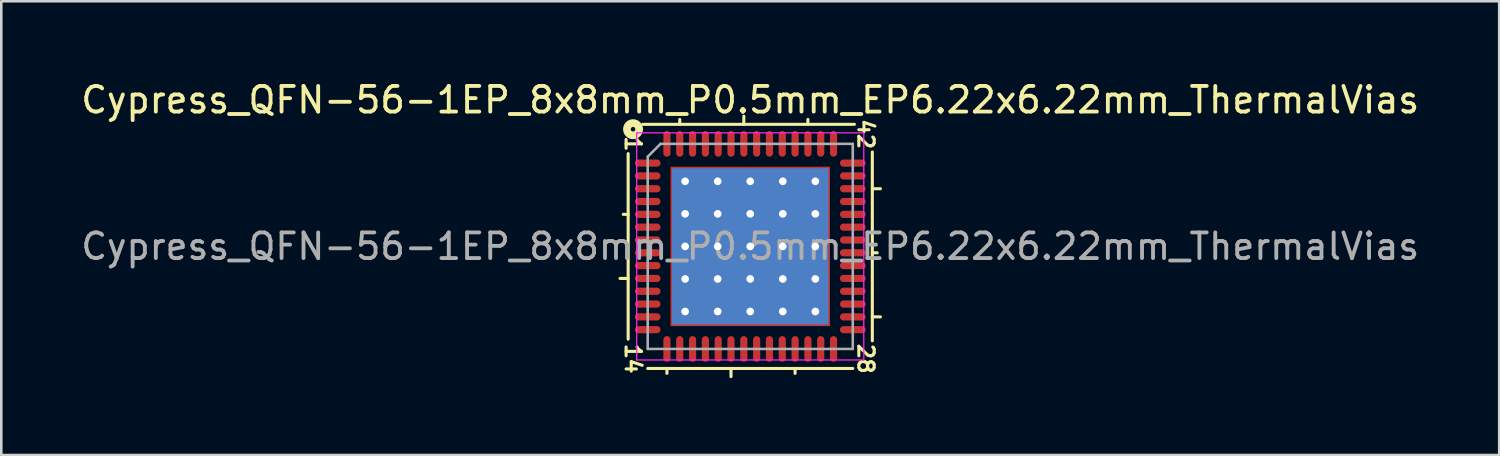
<source format=kicad_pcb>
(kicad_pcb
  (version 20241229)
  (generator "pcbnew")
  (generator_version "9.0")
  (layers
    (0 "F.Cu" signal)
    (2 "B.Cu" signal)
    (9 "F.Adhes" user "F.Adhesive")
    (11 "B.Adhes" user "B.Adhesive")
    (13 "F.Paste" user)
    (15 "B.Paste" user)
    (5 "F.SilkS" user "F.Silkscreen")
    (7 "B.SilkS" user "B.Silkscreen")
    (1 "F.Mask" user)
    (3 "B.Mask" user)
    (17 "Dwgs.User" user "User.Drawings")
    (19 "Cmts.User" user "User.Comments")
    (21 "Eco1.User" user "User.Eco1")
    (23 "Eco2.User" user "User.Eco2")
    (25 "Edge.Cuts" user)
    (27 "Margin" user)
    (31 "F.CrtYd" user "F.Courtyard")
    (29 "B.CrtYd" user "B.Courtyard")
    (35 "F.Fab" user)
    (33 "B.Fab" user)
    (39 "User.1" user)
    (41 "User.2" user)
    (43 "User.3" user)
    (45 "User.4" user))
  (footprint "Cypress_QFN-56-1EP_8x8mm_P0.5mm_EP6.22x6.22mm_ThermalVias"
    (layer "F.Cu")
    (at 26.22 6.563)
    (property "Reference" "Cypress_QFN-56-1EP_8x8mm_P0.5mm_EP6.22x6.22mm_ThermalVias" (at 0 -5.715 0) (layer "F.SilkS") (effects (font (size 1 1) (thickness 0.15))))
    (attr smd)
    (fp_line (start -2.54 -1.905) (end 2.54 -1.905) (stroke (width 0.864) (type solid)) (layer "F.Mask"))
    (fp_line (start -2.54 -0.635) (end 2.54 -0.635) (stroke (width 0.864) (type solid)) (layer "F.Mask"))
    (fp_line (start -2.54 0.635) (end 2.54 0.635) (stroke (width 0.864) (type solid)) (layer "F.Mask"))
    (fp_line (start -2.54 1.905) (end 2.54 1.905) (stroke (width 0.864) (type solid)) (layer "F.Mask"))
    (fp_line (start -1.905 -2.54) (end -1.905 2.54) (stroke (width 0.864) (type solid)) (layer "F.Mask"))
    (fp_line (start -0.635 -2.54) (end -0.635 2.54) (stroke (width 0.864) (type solid)) (layer "F.Mask"))
    (fp_line (start 0.635 -2.54) (end 0.635 2.54) (stroke (width 0.864) (type solid)) (layer "F.Mask"))
    (fp_line (start 1.905 -2.54) (end 1.905 2.54) (stroke (width 0.864) (type solid)) (layer "F.Mask"))
    (fp_circle (center -2.54 -2.54) (end -2.24 -2.54) (stroke (width 0.2) (type solid)) (fill no) (layer "F.Mask"))
    (fp_circle (center -2.54 -1.27) (end -2.24 -1.27) (stroke (width 0.2) (type solid)) (fill no) (layer "F.Mask"))
    (fp_circle (center -2.54 0) (end -2.24 0) (stroke (width 0.2) (type solid)) (fill no) (layer "F.Mask"))
    (fp_circle (center -2.54 1.27) (end -2.24 1.27) (stroke (width 0.2) (type solid)) (fill no) (layer "F.Mask"))
    (fp_circle (center -2.54 2.54) (end -2.24 2.54) (stroke (width 0.2) (type solid)) (fill no) (layer "F.Mask"))
    (fp_circle (center -1.27 -2.54) (end -0.97 -2.54) (stroke (width 0.2) (type solid)) (fill no) (layer "F.Mask"))
    (fp_circle (center -1.27 -1.27) (end -0.97 -1.27) (stroke (width 0.2) (type solid)) (fill no) (layer "F.Mask"))
    (fp_circle (center -1.27 0) (end -0.97 0) (stroke (width 0.2) (type solid)) (fill no) (layer "F.Mask"))
    (fp_circle (center -1.27 1.27) (end -0.97 1.27) (stroke (width 0.2) (type solid)) (fill no) (layer "F.Mask"))
    (fp_circle (center -1.27 2.54) (end -0.97 2.54) (stroke (width 0.2) (type solid)) (fill no) (layer "F.Mask"))
    (fp_circle (center 0 -2.54) (end 0.3 -2.54) (stroke (width 0.2) (type solid)) (fill no) (layer "F.Mask"))
    (fp_circle (center 0 -1.27) (end 0.3 -1.27) (stroke (width 0.2) (type solid)) (fill no) (layer "F.Mask"))
    (fp_circle (center 0 0) (end 0 -0.3) (stroke (width 0.2) (type solid)) (fill no) (layer "F.Mask"))
    (fp_circle (center 0 1.27) (end 0.3 1.27) (stroke (width 0.2) (type solid)) (fill no) (layer "F.Mask"))
    (fp_circle (center 0 2.54) (end 0.3 2.54) (stroke (width 0.2) (type solid)) (fill no) (layer "F.Mask"))
    (fp_circle (center 1.27 -2.54) (end 1.57 -2.54) (stroke (width 0.2) (type solid)) (fill no) (layer "F.Mask"))
    (fp_circle (center 1.27 -1.27) (end 1.57 -1.27) (stroke (width 0.2) (type solid)) (fill no) (layer "F.Mask"))
    (fp_circle (center 1.27 0) (end 1.57 0) (stroke (width 0.2) (type solid)) (fill no) (layer "F.Mask"))
    (fp_circle (center 1.27 1.27) (end 1.57 1.27) (stroke (width 0.2) (type solid)) (fill no) (layer "F.Mask"))
    (fp_circle (center 1.27 2.54) (end 1.57 2.54) (stroke (width 0.2) (type solid)) (fill no) (layer "F.Mask"))
    (fp_circle (center 2.54 -2.54) (end 2.84 -2.54) (stroke (width 0.2) (type solid)) (fill no) (layer "F.Mask"))
    (fp_circle (center 2.54 -1.27) (end 2.84 -1.27) (stroke (width 0.2) (type solid)) (fill no) (layer "F.Mask"))
    (fp_circle (center 2.54 0) (end 2.84 0) (stroke (width 0.2) (type solid)) (fill no) (layer "F.Mask"))
    (fp_circle (center 2.54 1.27) (end 2.84 1.27) (stroke (width 0.2) (type solid)) (fill no) (layer "F.Mask"))
    (fp_circle (center 2.54 2.54) (end 2.84 2.54) (stroke (width 0.2) (type solid)) (fill no) (layer "F.Mask"))
    (fp_poly (pts (xy -3.11 -3.11) (xy -2.75 -3.11) (xy -2.75 3.11) (xy -3.11 3.11)) (stroke (width 0) (type solid)) (fill yes) (layer "F.Mask"))
    (fp_poly (pts (xy -3.11 3.11) (xy -3.11 2.75) (xy 3.11 2.75) (xy 3.11 3.11)) (stroke (width 0) (type solid)) (fill yes) (layer "F.Mask"))
    (fp_poly (pts (xy 3.11 -3.11) (xy 3.11 -2.75) (xy -3.11 -2.75) (xy -3.11 -3.11)) (stroke (width 0) (type solid)) (fill yes) (layer "F.Mask"))
    (fp_poly (pts (xy 3.11 3.11) (xy 2.75 3.11) (xy 2.75 -3.11) (xy 3.11 -3.11)) (stroke (width 0) (type solid)) (fill yes) (layer "F.Mask"))
    (fp_line (start -5.08 1.25) (end -4.763 1.25) (stroke (width 0.12) (type solid)) (layer "F.SilkS"))
    (fp_line (start -4.953 -1.25) (end -4.763 -1.25) (stroke (width 0.12) (type solid)) (layer "F.SilkS"))
    (fp_line (start -4.763 3.619) (end -4.763 -3.619) (stroke (width 0.12) (type solid)) (layer "F.SilkS"))
    (fp_line (start -4.191 -4.763) (end 4.064 -4.763) (stroke (width 0.12) (type solid)) (layer "F.SilkS"))
    (fp_line (start -3.25 4.953) (end -3.25 4.763) (stroke (width 0.12) (type solid)) (layer "F.SilkS"))
    (fp_line (start -2.75 -4.763) (end -2.75 -4.953) (stroke (width 0.12) (type solid)) (layer "F.SilkS"))
    (fp_line (start -0.75 5.08) (end -0.75 4.763) (stroke (width 0.12) (type solid)) (layer "F.SilkS"))
    (fp_line (start -0.25 -4.763) (end -0.25 -5.08) (stroke (width 0.12) (type solid)) (layer "F.SilkS"))
    (fp_line (start 1.75 4.953) (end 1.75 4.763) (stroke (width 0.12) (type solid)) (layer "F.SilkS"))
    (fp_line (start 2.25 -4.763) (end 2.25 -4.953) (stroke (width 0.12) (type solid)) (layer "F.SilkS"))
    (fp_line (start 4 4.763) (end -4 4.763) (stroke (width 0.12) (type solid)) (layer "F.SilkS"))
    (fp_line (start 4.763 -3.683) (end 4.763 3.683) (stroke (width 0.12) (type solid)) (layer "F.SilkS"))
    (fp_line (start 4.763 -2.25) (end 5.08 -2.25) (stroke (width 0.12) (type solid)) (layer "F.SilkS"))
    (fp_line (start 4.953 0.25) (end 4.763 0.25) (stroke (width 0.12) (type solid)) (layer "F.SilkS"))
    (fp_line (start 5.08 2.75) (end 4.763 2.75) (stroke (width 0.12) (type solid)) (layer "F.SilkS"))
    (fp_circle (center -4.572 -4.572) (end -4.483 -4.572) (stroke (width 0.3) (type solid)) (fill no) (layer "F.SilkS"))
    (fp_line (start -4.43 -4.43) (end 4.43 -4.43) (stroke (width 0.05) (type solid)) (layer "F.CrtYd"))
    (fp_line (start -4.43 4.43) (end -4.43 -4.43) (stroke (width 0.05) (type solid)) (layer "F.CrtYd"))
    (fp_line (start 4.43 -4.43) (end 4.43 4.43) (stroke (width 0.05) (type solid)) (layer "F.CrtYd"))
    (fp_line (start 4.43 4.43) (end -4.43 4.43) (stroke (width 0.05) (type solid)) (layer "F.CrtYd"))
    (fp_line (start -4 -3.5) (end -3.5 -4) (stroke (width 0.1) (type solid)) (layer "F.Fab"))
    (fp_line (start -4 4) (end -4 -3.5) (stroke (width 0.1) (type solid)) (layer "F.Fab"))
    (fp_line (start -3.5 -4) (end 4 -4) (stroke (width 0.1) (type solid)) (layer "F.Fab"))
    (fp_line (start 4 -4) (end 4 4) (stroke (width 0.1) (type solid)) (layer "F.Fab"))
    (fp_line (start 4 4) (end -4 4) (stroke (width 0.1) (type solid)) (layer "F.Fab"))
    (fp_text user "42" (at 4.508 -4.381 270) (unlocked yes) (layer "F.SilkS") (effects (font (size 0.6 0.6) (thickness 0.12))))
    (fp_text user "1" (at -4.572 -4 270) (unlocked yes) (layer "F.SilkS") (effects (font (size 0.6 0.6) (thickness 0.12))))
    (fp_text user "14" (at -4.572 4.381 270) (unlocked yes) (layer "F.SilkS") (effects (font (size 0.6 0.6) (thickness 0.12))))
    (fp_text user "28" (at 4.508 4.381 270) (unlocked yes) (layer "F.SilkS") (effects (font (size 0.6 0.6) (thickness 0.12))))
    (fp_text user "${REFERENCE}" (at 0 0 0) (layer "F.Fab") (effects (font (size 1 1) (thickness 0.15))))
    (pad "" smd rect (at -1.555 -1.555) (size 2.6 2.6) (layers "F.Paste"))
    (pad "" smd rect (at -1.555 1.555) (size 2.6 2.6) (layers "F.Paste"))
    (pad "" smd rect (at 1.555 -1.555) (size 2.6 2.6) (layers "F.Paste"))
    (pad "" smd rect (at 1.555 1.555) (size 2.6 2.6) (layers "F.Paste"))
    (pad "1" smd oval (at -4 -3.25) (size 1 0.28) (layers "F.Cu" "F.Mask" "F.Paste"))
    (pad "2" smd oval (at -4 -2.75) (size 1 0.28) (layers "F.Cu" "F.Mask" "F.Paste"))
    (pad "3" smd oval (at -4 -2.25) (size 1 0.28) (layers "F.Cu" "F.Mask" "F.Paste"))
    (pad "4" smd oval (at -4 -1.75) (size 1 0.28) (layers "F.Cu" "F.Mask" "F.Paste"))
    (pad "5" smd oval (at -4 -1.25) (size 1 0.28) (layers "F.Cu" "F.Mask" "F.Paste"))
    (pad "6" smd oval (at -4 -0.75) (size 1 0.28) (layers "F.Cu" "F.Mask" "F.Paste"))
    (pad "7" smd oval (at -4 -0.25) (size 1 0.28) (layers "F.Cu" "F.Mask" "F.Paste"))
    (pad "8" smd oval (at -4 0.25) (size 1 0.28) (layers "F.Cu" "F.Mask" "F.Paste"))
    (pad "9" smd oval (at -4 0.75) (size 1 0.28) (layers "F.Cu" "F.Mask" "F.Paste"))
    (pad "10" smd oval (at -4 1.25) (size 1 0.28) (layers "F.Cu" "F.Mask" "F.Paste"))
    (pad "11" smd oval (at -4 1.75) (size 1 0.28) (layers "F.Cu" "F.Mask" "F.Paste"))
    (pad "12" smd oval (at -4 2.25) (size 1 0.28) (layers "F.Cu" "F.Mask" "F.Paste"))
    (pad "13" smd oval (at -4 2.75) (size 1 0.28) (layers "F.Cu" "F.Mask" "F.Paste"))
    (pad "14" smd oval (at -4 3.25) (size 1 0.28) (layers "F.Cu" "F.Mask" "F.Paste"))
    (pad "15" smd oval (at -3.25 4) (size 0.28 1) (layers "F.Cu" "F.Mask" "F.Paste"))
    (pad "16" smd oval (at -2.75 4) (size 0.28 1) (layers "F.Cu" "F.Mask" "F.Paste"))
    (pad "17" smd oval (at -2.25 4) (size 0.28 1) (layers "F.Cu" "F.Mask" "F.Paste"))
    (pad "18" smd oval (at -1.75 4) (size 0.28 1) (layers "F.Cu" "F.Mask" "F.Paste"))
    (pad "19" smd oval (at -1.25 4) (size 0.28 1) (layers "F.Cu" "F.Mask" "F.Paste"))
    (pad "20" smd oval (at -0.75 4) (size 0.28 1) (layers "F.Cu" "F.Mask" "F.Paste"))
    (pad "21" smd oval (at -0.25 4) (size 0.28 1) (layers "F.Cu" "F.Mask" "F.Paste"))
    (pad "22" smd oval (at 0.25 4) (size 0.28 1) (layers "F.Cu" "F.Mask" "F.Paste"))
    (pad "23" smd oval (at 0.75 4) (size 0.28 1) (layers "F.Cu" "F.Mask" "F.Paste"))
    (pad "24" smd oval (at 1.25 4) (size 0.28 1) (layers "F.Cu" "F.Mask" "F.Paste"))
    (pad "25" smd oval (at 1.75 4) (size 0.28 1) (layers "F.Cu" "F.Mask" "F.Paste"))
    (pad "26" smd oval (at 2.25 4) (size 0.28 1) (layers "F.Cu" "F.Mask" "F.Paste"))
    (pad "27" smd oval (at 2.75 4) (size 0.28 1) (layers "F.Cu" "F.Mask" "F.Paste"))
    (pad "28" smd oval (at 3.25 4) (size 0.28 1) (layers "F.Cu" "F.Mask" "F.Paste"))
    (pad "29" smd oval (at 4 3.25) (size 1 0.28) (layers "F.Cu" "F.Mask" "F.Paste"))
    (pad "30" smd oval (at 4 2.75) (size 1 0.28) (layers "F.Cu" "F.Mask" "F.Paste"))
    (pad "31" smd oval (at 4 2.25) (size 1 0.28) (layers "F.Cu" "F.Mask" "F.Paste"))
    (pad "32" smd oval (at 4 1.75) (size 1 0.28) (layers "F.Cu" "F.Mask" "F.Paste"))
    (pad "33" smd oval (at 4 1.25) (size 1 0.28) (layers "F.Cu" "F.Mask" "F.Paste"))
    (pad "34" smd oval (at 4 0.75) (size 1 0.28) (layers "F.Cu" "F.Mask" "F.Paste"))
    (pad "35" smd oval (at 4 0.25) (size 1 0.28) (layers "F.Cu" "F.Mask" "F.Paste"))
    (pad "36" smd oval (at 4 -0.25) (size 1 0.28) (layers "F.Cu" "F.Mask" "F.Paste"))
    (pad "37" smd oval (at 4 -0.75) (size 1 0.28) (layers "F.Cu" "F.Mask" "F.Paste"))
    (pad "38" smd oval (at 4 -1.25) (size 1 0.28) (layers "F.Cu" "F.Mask" "F.Paste"))
    (pad "39" smd oval (at 4 -1.75) (size 1 0.28) (layers "F.Cu" "F.Mask" "F.Paste"))
    (pad "40" smd oval (at 4 -2.25) (size 1 0.28) (layers "F.Cu" "F.Mask" "F.Paste"))
    (pad "41" smd oval (at 4 -2.75) (size 1 0.28) (layers "F.Cu" "F.Mask" "F.Paste"))
    (pad "42" smd oval (at 4 -3.25) (size 1 0.28) (layers "F.Cu" "F.Mask" "F.Paste"))
    (pad "43" smd oval (at 3.25 -4) (size 0.28 1) (layers "F.Cu" "F.Mask" "F.Paste"))
    (pad "44" smd oval (at 2.75 -4) (size 0.28 1) (layers "F.Cu" "F.Mask" "F.Paste"))
    (pad "45" smd oval (at 2.25 -4) (size 0.28 1) (layers "F.Cu" "F.Mask" "F.Paste"))
    (pad "46" smd oval (at 1.75 -4) (size 0.28 1) (layers "F.Cu" "F.Mask" "F.Paste"))
    (pad "47" smd oval (at 1.25 -4) (size 0.28 1) (layers "F.Cu" "F.Mask" "F.Paste"))
    (pad "48" smd oval (at 0.75 -4) (size 0.28 1) (layers "F.Cu" "F.Mask" "F.Paste"))
    (pad "49" smd oval (at 0.25 -4) (size 0.28 1) (layers "F.Cu" "F.Mask" "F.Paste"))
    (pad "50" smd oval (at -0.25 -4) (size 0.28 1) (layers "F.Cu" "F.Mask" "F.Paste"))
    (pad "51" smd oval (at -0.75 -4) (size 0.28 1) (layers "F.Cu" "F.Mask" "F.Paste"))
    (pad "52" smd oval (at -1.25 -4) (size 0.28 1) (layers "F.Cu" "F.Mask" "F.Paste"))
    (pad "53" smd oval (at -1.75 -4) (size 0.28 1) (layers "F.Cu" "F.Mask" "F.Paste"))
    (pad "54" smd oval (at -2.25 -4) (size 0.28 1) (layers "F.Cu" "F.Mask" "F.Paste"))
    (pad "55" smd oval (at -2.75 -4) (size 0.28 1) (layers "F.Cu" "F.Mask" "F.Paste"))
    (pad "56" smd oval (at -3.25 -4) (size 0.28 1) (layers "F.Cu" "F.Mask" "F.Paste"))
    (pad "57" thru_hole circle (at -2.54 -2.54) (size 0.6 0.6) (drill 0.3) (layers "*.Cu"))
    (pad "57" thru_hole circle (at -2.54 -1.27) (size 0.6 0.6) (drill 0.3) (layers "*.Cu"))
    (pad "57" thru_hole circle (at -2.54 0) (size 0.6 0.6) (drill 0.3) (layers "*.Cu"))
    (pad "57" thru_hole circle (at -2.54 1.27) (size 0.6 0.6) (drill 0.3) (layers "*.Cu"))
    (pad "57" thru_hole circle (at -2.54 2.54) (size 0.6 0.6) (drill 0.3) (layers "*.Cu"))
    (pad "57" thru_hole circle (at -1.27 -2.54) (size 0.6 0.6) (drill 0.3) (layers "*.Cu"))
    (pad "57" thru_hole circle (at -1.27 -1.27) (size 0.6 0.6) (drill 0.3) (layers "*.Cu"))
    (pad "57" thru_hole circle (at -1.27 0) (size 0.6 0.6) (drill 0.3) (layers "*.Cu"))
    (pad "57" thru_hole circle (at -1.27 1.27) (size 0.6 0.6) (drill 0.3) (layers "*.Cu"))
    (pad "57" thru_hole circle (at -1.27 2.54) (size 0.6 0.6) (drill 0.3) (layers "*.Cu"))
    (pad "57" thru_hole circle (at 0 -2.54) (size 0.6 0.6) (drill 0.3) (layers "*.Cu"))
    (pad "57" thru_hole circle (at 0 -1.27) (size 0.6 0.6) (drill 0.3) (layers "*.Cu"))
    (pad "57" thru_hole circle (at 0 0) (size 0.6 0.6) (drill 0.3) (layers "*.Cu"))
    (pad "57" smd rect (at 0 0) (size 6.1 6.1) (layers "B.Cu" "B.Mask"))
    (pad "57" smd rect (at 0 0) (size 6.22 6.22) (layers "F.Cu"))
    (pad "57" thru_hole circle (at 0 1.27) (size 0.6 0.6) (drill 0.3) (layers "*.Cu"))
    (pad "57" thru_hole circle (at 0 2.54) (size 0.6 0.6) (drill 0.3) (layers "*.Cu"))
    (pad "57" thru_hole circle (at 1.27 -2.54) (size 0.6 0.6) (drill 0.3) (layers "*.Cu"))
    (pad "57" thru_hole circle (at 1.27 -1.27) (size 0.6 0.6) (drill 0.3) (layers "*.Cu"))
    (pad "57" thru_hole circle (at 1.27 0) (size 0.6 0.6) (drill 0.3) (layers "*.Cu"))
    (pad "57" thru_hole circle (at 1.27 1.27) (size 0.6 0.6) (drill 0.3) (layers "*.Cu"))
    (pad "57" thru_hole circle (at 1.27 2.54) (size 0.6 0.6) (drill 0.3) (layers "*.Cu"))
    (pad "57" thru_hole circle (at 2.54 -2.54) (size 0.6 0.6) (drill 0.3) (layers "*.Cu"))
    (pad "57" thru_hole circle (at 2.54 -1.27) (size 0.6 0.6) (drill 0.3) (layers "*.Cu"))
    (pad "57" thru_hole circle (at 2.54 0) (size 0.6 0.6) (drill 0.3) (layers "*.Cu"))
    (pad "57" thru_hole circle (at 2.54 1.27) (size 0.6 0.6) (drill 0.3) (layers "*.Cu"))
    (pad "57" thru_hole circle (at 2.54 2.54) (size 0.6 0.6) (drill 0.3) (layers "*.Cu")))
  (gr_rect
    (start -3 -3)
    (end 55.44 14.703)
    (stroke (width 0.1) (type default))
    (fill no)
    (layer "Edge.Cuts")))
</source>
